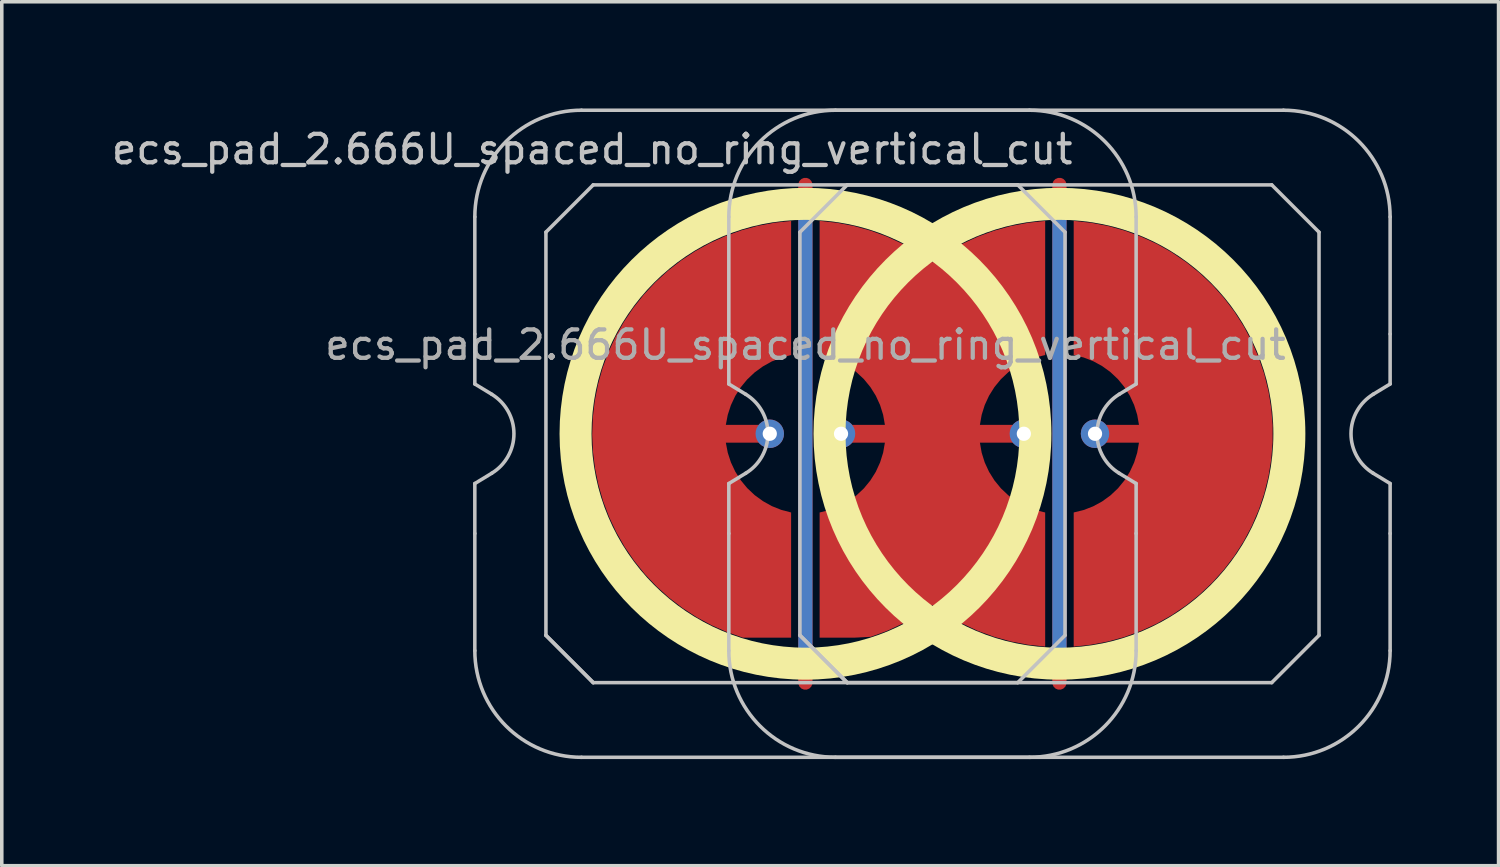
<source format=kicad_pcb>
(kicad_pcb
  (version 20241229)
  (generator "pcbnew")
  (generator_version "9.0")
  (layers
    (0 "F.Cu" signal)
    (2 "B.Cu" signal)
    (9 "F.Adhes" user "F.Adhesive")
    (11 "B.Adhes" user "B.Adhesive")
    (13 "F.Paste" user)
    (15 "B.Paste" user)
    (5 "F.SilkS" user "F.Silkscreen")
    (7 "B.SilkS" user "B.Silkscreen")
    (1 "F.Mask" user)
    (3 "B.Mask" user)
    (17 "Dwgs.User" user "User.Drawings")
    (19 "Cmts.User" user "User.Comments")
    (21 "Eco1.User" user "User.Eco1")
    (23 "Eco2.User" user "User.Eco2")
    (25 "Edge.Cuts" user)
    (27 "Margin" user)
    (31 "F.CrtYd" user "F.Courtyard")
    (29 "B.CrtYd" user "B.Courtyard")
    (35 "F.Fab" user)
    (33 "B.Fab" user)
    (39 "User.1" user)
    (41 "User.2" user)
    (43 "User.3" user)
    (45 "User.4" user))
  (footprint "ecs_pad_2.666U_spaced_no_ring_vertical_cut"
    (layer "F.Cu")
    (at 26.748 9.15)
    (property "Reference" "ecs_pad_2.666U_spaced_no_ring_vertical_cut" (at -13.143 -8 0) (layer "Dwgs.User") (effects (font (size 0.8 0.8) (thickness 0.12))))
    (attr smd)
    (fp_circle (center -7.143 0) (end -0.676 0) (stroke (width 0.9) (type solid)) (fill no) (layer "F.SilkS"))
    (fp_circle (center 0 0) (end 6.467 0) (stroke (width 0.9) (type solid)) (fill no) (layer "F.SilkS"))
    (fp_line (start -16.443 -2.805) (end -16.443 -6.1) (stroke (width 0.1) (type solid)) (layer "Dwgs.User"))
    (fp_line (start -16.443 -1.4) (end -16.443 -2.805) (stroke (width 0.1) (type solid)) (layer "Dwgs.User"))
    (fp_line (start -16.443 1.4) (end -15.967 1.111) (stroke (width 0.1) (type solid)) (layer "Dwgs.User"))
    (fp_line (start -16.443 2.805) (end -16.443 1.4) (stroke (width 0.1) (type solid)) (layer "Dwgs.User"))
    (fp_line (start -16.443 6.1) (end -16.443 2.805) (stroke (width 0.1) (type solid)) (layer "Dwgs.User"))
    (fp_line (start -15.967 -1.111) (end -16.443 -1.4) (stroke (width 0.1) (type solid)) (layer "Dwgs.User"))
    (fp_line (start -14.443 -5.67) (end -13.113 -7) (stroke (width 0.1) (type solid)) (layer "Dwgs.User"))
    (fp_line (start -14.443 5.67) (end -14.443 -5.67) (stroke (width 0.1) (type solid)) (layer "Dwgs.User"))
    (fp_line (start -14.443 5.67) (end -13.113 7) (stroke (width 0.1) (type solid)) (layer "Dwgs.User"))
    (fp_line (start -13.443 -9.1) (end -0.843 -9.1) (stroke (width 0.1) (type solid)) (layer "Dwgs.User"))
    (fp_line (start -13.113 -7) (end -1.173 -7) (stroke (width 0.1) (type solid)) (layer "Dwgs.User"))
    (fp_line (start -13.113 7) (end -14.443 5.67) (stroke (width 0.1) (type solid)) (layer "Dwgs.User"))
    (fp_line (start -9.299 -2.805) (end -9.299 -6.1) (stroke (width 0.1) (type solid)) (layer "Dwgs.User"))
    (fp_line (start -9.299 -1.4) (end -9.299 -2.805) (stroke (width 0.1) (type solid)) (layer "Dwgs.User"))
    (fp_line (start -9.299 1.4) (end -8.824 1.111) (stroke (width 0.1) (type solid)) (layer "Dwgs.User"))
    (fp_line (start -9.299 2.805) (end -9.299 1.4) (stroke (width 0.1) (type solid)) (layer "Dwgs.User"))
    (fp_line (start -9.299 6.1) (end -9.299 2.805) (stroke (width 0.1) (type solid)) (layer "Dwgs.User"))
    (fp_line (start -8.824 -1.111) (end -9.299 -1.4) (stroke (width 0.1) (type solid)) (layer "Dwgs.User"))
    (fp_line (start -7.299 -5.67) (end -5.969 -7) (stroke (width 0.1) (type solid)) (layer "Dwgs.User"))
    (fp_line (start -7.299 5.67) (end -7.299 -5.67) (stroke (width 0.1) (type solid)) (layer "Dwgs.User"))
    (fp_line (start -7.299 5.67) (end -5.969 7) (stroke (width 0.1) (type solid)) (layer "Dwgs.User"))
    (fp_line (start -6.299 -9.1) (end 6.301 -9.1) (stroke (width 0.1) (type solid)) (layer "Dwgs.User"))
    (fp_line (start -5.969 -7) (end 5.971 -7) (stroke (width 0.1) (type solid)) (layer "Dwgs.User"))
    (fp_line (start -5.969 7) (end -7.299 5.67) (stroke (width 0.1) (type solid)) (layer "Dwgs.User"))
    (fp_line (start -1.173 -7) (end 0.157 -5.67) (stroke (width 0.1) (type solid)) (layer "Dwgs.User"))
    (fp_line (start -1.173 7) (end -13.113 7) (stroke (width 0.1) (type solid)) (layer "Dwgs.User"))
    (fp_line (start -0.843 9.1) (end -13.443 9.1) (stroke (width 0.1) (type solid)) (layer "Dwgs.User"))
    (fp_line (start 0.157 -5.67) (end 0.157 5.67) (stroke (width 0.1) (type solid)) (layer "Dwgs.User"))
    (fp_line (start 0.157 5.67) (end -1.173 7) (stroke (width 0.1) (type solid)) (layer "Dwgs.User"))
    (fp_line (start 1.681 1.111) (end 2.157 1.4) (stroke (width 0.1) (type solid)) (layer "Dwgs.User"))
    (fp_line (start 2.157 -6.1) (end 2.157 -2.805) (stroke (width 0.1) (type solid)) (layer "Dwgs.User"))
    (fp_line (start 2.157 -2.805) (end 2.157 -1.4) (stroke (width 0.1) (type solid)) (layer "Dwgs.User"))
    (fp_line (start 2.157 -1.4) (end 1.681 -1.111) (stroke (width 0.1) (type solid)) (layer "Dwgs.User"))
    (fp_line (start 2.157 1.4) (end 2.157 2.805) (stroke (width 0.1) (type solid)) (layer "Dwgs.User"))
    (fp_line (start 2.157 2.805) (end 2.157 6.1) (stroke (width 0.1) (type solid)) (layer "Dwgs.User"))
    (fp_line (start 5.971 -7) (end 7.301 -5.67) (stroke (width 0.1) (type solid)) (layer "Dwgs.User"))
    (fp_line (start 5.971 7) (end -5.969 7) (stroke (width 0.1) (type solid)) (layer "Dwgs.User"))
    (fp_line (start 6.301 9.1) (end -6.299 9.1) (stroke (width 0.1) (type solid)) (layer "Dwgs.User"))
    (fp_line (start 7.301 -5.67) (end 7.301 5.67) (stroke (width 0.1) (type solid)) (layer "Dwgs.User"))
    (fp_line (start 7.301 5.67) (end 5.971 7) (stroke (width 0.1) (type solid)) (layer "Dwgs.User"))
    (fp_line (start 8.825 1.111) (end 9.301 1.4) (stroke (width 0.1) (type solid)) (layer "Dwgs.User"))
    (fp_line (start 9.301 -6.1) (end 9.301 -2.805) (stroke (width 0.1) (type solid)) (layer "Dwgs.User"))
    (fp_line (start 9.301 -2.805) (end 9.301 -1.4) (stroke (width 0.1) (type solid)) (layer "Dwgs.User"))
    (fp_line (start 9.301 -1.4) (end 8.825 -1.111) (stroke (width 0.1) (type solid)) (layer "Dwgs.User"))
    (fp_line (start 9.301 1.4) (end 9.301 2.805) (stroke (width 0.1) (type solid)) (layer "Dwgs.User"))
    (fp_line (start 9.301 2.805) (end 9.301 6.1) (stroke (width 0.1) (type solid)) (layer "Dwgs.User"))
    (fp_arc (start -16.442954 -6.1) (mid -15.564274 -8.22132) (end -13.442954 -9.1) (stroke (width 0.1) (type solid)) (layer "Dwgs.User"))
    (fp_arc (start -15.967287 -1.110619) (mid -15.342954 0) (end -15.967287 1.110619) (stroke (width 0.1) (type solid)) (layer "Dwgs.User"))
    (fp_arc (start -13.442954 9.1) (mid -15.564274 8.22132) (end -16.442954 6.1) (stroke (width 0.1) (type solid)) (layer "Dwgs.User"))
    (fp_arc (start -9.299204 -6.1) (mid -8.420524 -8.22132) (end -6.299204 -9.1) (stroke (width 0.1) (type solid)) (layer "Dwgs.User"))
    (fp_arc (start -8.823537 -1.110619) (mid -8.199204 0) (end -8.823537 1.110619) (stroke (width 0.1) (type solid)) (layer "Dwgs.User"))
    (fp_arc (start -6.299204 9.1) (mid -8.420524 8.22132) (end -9.299204 6.1) (stroke (width 0.1) (type solid)) (layer "Dwgs.User"))
    (fp_arc (start -0.842954 -9.1) (mid 1.278366 -8.22132) (end 2.157046 -6.1) (stroke (width 0.1) (type solid)) (layer "Dwgs.User"))
    (fp_arc (start 1.681379 1.110619) (mid 1.057046 0) (end 1.681379 -1.110619) (stroke (width 0.1) (type solid)) (layer "Dwgs.User"))
    (fp_arc (start 2.157046 6.1) (mid 1.278366 8.22132) (end -0.842954 9.1) (stroke (width 0.1) (type solid)) (layer "Dwgs.User"))
    (fp_arc (start 6.300796 -9.1) (mid 8.422116 -8.22132) (end 9.300796 -6.1) (stroke (width 0.1) (type solid)) (layer "Dwgs.User"))
    (fp_arc (start 8.825129 1.110619) (mid 8.200796 0) (end 8.825129 -1.110619) (stroke (width 0.1) (type solid)) (layer "Dwgs.User"))
    (fp_arc (start 9.300796 6.1) (mid 8.422116 8.22132) (end 6.300796 9.1) (stroke (width 0.1) (type solid)) (layer "Dwgs.User"))
    (fp_text user "${REFERENCE}" (at -7.143 -2.5 0) (layer "F.Fab") (effects (font (size 0.8 0.8) (thickness 0.12))))
    (pad "1" smd custom (at -8.147 0 180) (size 0.142 0.142) (layers "F.Cu") (options (anchor circle)) (primitives (gr_poly (pts (xy -0.323 -2.141) (xy -0.056 -2.034) (xy 0.194 -1.894) (xy 0.426 -1.725) (xy 0.635 -1.528) (xy 0.817 -1.307) (xy 0.971 -1.064) (xy 1.093 -0.805) (xy 1.182 -0.532) (xy 1.236 -0.25) (xy 0 -0.25) (xy -0.096 -0.231) (xy -0.177 -0.177) (xy -0.231 -0.096) (xy -0.25 0) (xy -0.231 0.096) (xy -0.177 0.177) (xy -0.096 0.231) (xy 0 0.25) (xy 1.236 0.25) (xy 1.182 0.532) (xy 1.093 0.805) (xy 0.971 1.064) (xy 0.817 1.307) (xy 0.635 1.528) (xy 0.426 1.725) (xy 0.194 1.894) (xy -0.056 2.034) (xy -0.323 2.141) (xy -0.6 2.214) (xy -0.6 5.986) (xy -0.127 5.935) (xy 0.341 5.847) (xy 0.8 5.722) (xy 1.248 5.561) (xy 1.681 5.365) (xy 2.098 5.135) (xy 2.495 4.873) (xy 2.87 4.581) (xy 3.221 4.259) (xy 3.545 3.911) (xy 3.841 3.538) (xy 4.106 3.143) (xy 4.339 2.728) (xy 4.538 2.296) (xy 4.703 1.849) (xy 4.831 1.391) (xy 4.923 0.924) (xy 4.978 0.452) (xy 4.995 -0.024) (xy 4.974 -0.499) (xy 4.916 -0.971) (xy 4.82 -1.437) (xy 4.688 -1.895) (xy 4.52 -2.34) (xy 4.317 -2.77) (xy 4.081 -3.183) (xy 3.813 -3.576) (xy 3.514 -3.947) (xy 3.187 -4.292) (xy 2.834 -4.611) (xy 2.456 -4.901) (xy 2.057 -5.16) (xy 1.639 -5.386) (xy 1.203 -5.579) (xy 0.754 -5.736) (xy -0.6 -5.736) (xy -0.6 -2.214)) (width 0) (fill yes))))
    (pad "1" thru_hole circle (at -8.147 0 180) (size 0.8 0.8) (drill 0.4) (layers "*.Cu"))
    (pad "2" thru_hole circle (at -6.143 0) (size 0.8 0.8) (drill 0.4) (layers "*.Cu"))
    (pad "2" smd custom (at -1.001 0) (size 0.282 0.282) (layers "F.Cu") (options (anchor circle)) (primitives (gr_poly (pts (xy 0.6 5.987) (xy 0.6 2.214) (xy 0.32 2.145) (xy 0.052 2.041) (xy -0.201 1.903) (xy -0.434 1.734) (xy -0.644 1.536) (xy -0.826 1.314) (xy -0.979 1.07) (xy -1.1 0.808) (xy -1.186 0.534) (xy -1.236 0.25) (xy 0 0.25) (xy 0.096 0.231) (xy 0.177 0.177) (xy 0.231 0.096) (xy 0.25 0) (xy 0.231 -0.096) (xy 0.177 -0.177) (xy 0.096 -0.231) (xy 0 -0.25) (xy -1.236 -0.25) (xy -1.186 -0.534) (xy -1.1 -0.808) (xy -0.979 -1.07) (xy -0.826 -1.314) (xy -0.644 -1.536) (xy -0.434 -1.734) (xy -0.201 -1.903) (xy 0.052 -2.041) (xy 0.32 -2.145) (xy 0.6 -2.214) (xy 0.6 -5.987) (xy 0.114 -5.934) (xy -0.367 -5.842) (xy -0.838 -5.711) (xy -1.298 -5.543) (xy -1.742 -5.337) (xy -2.167 -5.096) (xy -2.572 -4.821) (xy -2.977 -5.096) (xy -3.402 -5.337) (xy -3.846 -5.543) (xy -4.305 -5.711) (xy -4.777 -5.842) (xy -5.257 -5.934) (xy -5.744 -5.987) (xy -5.744 -2.214) (xy -5.464 -2.145) (xy -5.196 -2.041) (xy -4.943 -1.903) (xy -4.71 -1.734) (xy -4.5 -1.537) (xy -4.317 -1.314) (xy -4.164 -1.07) (xy -4.044 -0.808) (xy -3.958 -0.534) (xy -3.908 -0.25) (xy -5.144 -0.25) (xy -5.239 -0.231) (xy -5.32 -0.177) (xy -5.375 -0.096) (xy -5.394 0) (xy -5.375 0.096) (xy -5.32 0.177) (xy -5.239 0.231) (xy -5.144 0.25) (xy -3.908 0.25) (xy -3.958 0.534) (xy -4.044 0.808) (xy -4.164 1.07) (xy -4.317 1.314) (xy -4.5 1.537) (xy -4.71 1.734) (xy -4.943 1.903) (xy -5.196 2.041) (xy -5.464 2.145) (xy -5.744 2.214) (xy -5.744 5.736) (xy -5.257 5.736) (xy -4.777 5.736) (xy -4.305 5.711) (xy -3.846 5.543) (xy -3.402 5.337) (xy -2.977 5.096) (xy -2.572 4.821) (xy -2.167 5.096) (xy -1.741 5.337) (xy -1.298 5.543) (xy -0.838 5.711) (xy -0.367 5.842) (xy 0.114 5.934)) (width 0) (fill yes))))
    (pad "2" thru_hole circle (at -1.001 0 180) (size 0.8 0.8) (drill 0.4) (layers "*.Cu"))
    (pad "3" smd custom (at 1.001 0 180) (size 0.4 0.4) (layers "F.Cu") (options (anchor circle)) (primitives (gr_poly (pts (xy 0.6 -2.214) (xy 0.32 -2.145) (xy 0.052 -2.041) (xy -0.201 -1.903) (xy -0.434 -1.734) (xy -0.644 -1.536) (xy -0.826 -1.314) (xy -0.979 -1.07) (xy -1.1 -0.808) (xy -1.186 -0.534) (xy -1.236 -0.25) (xy 0 -0.25) (xy 0.096 -0.231) (xy 0.177 -0.177) (xy 0.231 -0.096) (xy 0.25 0) (xy 0.231 0.096) (xy 0.177 0.177) (xy 0.096 0.231) (xy 0 0.25) (xy -1.236 0.25) (xy -1.186 0.534) (xy -1.1 0.808) (xy -0.979 1.07) (xy -0.826 1.314) (xy -0.644 1.536) (xy -0.434 1.734) (xy -0.201 1.903) (xy 0.052 2.041) (xy 0.32 2.145) (xy 0.6 2.214) (xy 0.6 5.987) (xy 0.115 5.934) (xy -0.364 5.843) (xy -0.834 5.713) (xy -1.292 5.545) (xy -1.735 5.341) (xy -2.159 5.101) (xy -2.563 4.827) (xy -2.943 4.522) (xy -3.298 4.187) (xy -3.623 3.824) (xy -3.919 3.436) (xy -4.182 3.025) (xy -4.41 2.594) (xy -4.603 2.147) (xy -4.759 1.684) (xy -4.876 1.211) (xy -4.955 0.73) (xy -4.995 0.244) (xy -4.995 -0.244) (xy -4.955 -0.73) (xy -4.876 -1.211) (xy -4.759 -1.684) (xy -4.603 -2.147) (xy -4.41 -2.594) (xy -4.182 -3.025) (xy -3.919 -3.436) (xy -3.623 -3.824) (xy -3.298 -4.187) (xy -2.943 -4.522) (xy -2.563 -4.827) (xy -2.159 -5.101) (xy -1.735 -5.341) (xy -1.292 -5.545) (xy -0.834 -5.713) (xy -0.364 -5.843) (xy 0.115 -5.934) (xy 0.6 -5.987)) (width 0) (fill yes))))
    (pad "3" thru_hole circle (at 1.001 0 180) (size 0.8 0.8) (drill 0.4) (layers "*.Cu"))
    (pad "4" smd custom (at -7.146 0 180) (size 0.4 0.4) (layers "F.Cu") (options (anchor rect)) (primitives (gr_line (start 0 -7) (end 0 7) (width 0.4))))
    (pad "4" smd custom (at -7.146 0) (size 0.4 0.4) (layers "B.Cu") (options (anchor rect)) (primitives (gr_line (start 0 -6.5) (end 0 6.5) (width 0.4))))
    (pad "4" smd custom (at 0 0 180) (size 0.4 0.4) (layers "F.Cu") (options (anchor rect)) (primitives (gr_line (start 0 -7) (end 0 7) (width 0.4))))
    (pad "4" smd custom (at 0 0) (size 0.4 0.4) (layers "B.Cu") (options (anchor rect)) (primitives (gr_line (start 0 -6.5) (end 0 6.5) (width 0.4))))
    (zone (net_name "") (layer "F.Cu") (hatch edge 0.508) (connect_pads) (min_thickness 0.254) (filled_areas_thickness no) (keepout (tracks allowed) (vias allowed) (pads allowed) (copperpour not_allowed) (footprints allowed)) (placement (enabled no)) (fill) (polygon (pts (xy 26.61 9.15) (xy 26.591 8.637) (xy 26.535 8.127) (xy 26.441 7.622) (xy 26.311 7.125) (xy 26.144 6.64) (xy 25.943 6.167) (xy 25.708 5.711) (xy 25.439 5.274) (xy 25.14 4.857) (xy 24.81 4.463) (xy 24.453 4.094) (xy 24.07 3.753) (xy 23.663 3.44) (xy 23.233 3.158) (xy 22.785 2.909) (xy 22.319 2.692) (xy 21.839 2.511) (xy 21.347 2.365) (xy 20.845 2.256) (xy 20.337 2.183) (xy 19.825 2.149) (xy 19.311 2.151) (xy 18.8 2.192) (xy 18.292 2.269) (xy 17.792 2.384) (xy 17.301 2.535) (xy 16.823 2.721) (xy 16.359 2.942) (xy 15.913 3.197) (xy 15.487 3.483) (xy 15.083 3.8) (xy 14.704 4.145) (xy 14.35 4.518) (xy 14.025 4.915) (xy 13.73 5.335) (xy 13.466 5.775) (xy 13.236 6.234) (xy 13.039 6.708) (xy 12.878 7.196) (xy 12.753 7.694) (xy 12.665 8.199) (xy 12.614 8.71) (xy 12.6 9.223) (xy 12.624 9.736) (xy 12.686 10.246) (xy 12.785 10.75) (xy 12.92 11.245) (xy 13.092 11.729) (xy 13.298 12.199) (xy 13.538 12.652) (xy 13.811 13.087) (xy 14.115 13.501) (xy 14.448 13.891) (xy 14.81 14.256) (xy 15.196 14.594) (xy 15.607 14.902) (xy 16.039 15.179) (xy 16.49 15.424) (xy 16.958 15.636) (xy 17.44 15.812) (xy 17.934 15.953) (xy 18.437 16.057) (xy 18.946 16.124) (xy 19.458 16.153) (xy 19.971 16.145) (xy 20.483 16.1) (xy 20.989 16.017) (xy 21.489 15.897) (xy 21.978 15.741) (xy 22.454 15.549) (xy 22.915 15.323) (xy 23.358 15.064) (xy 23.781 14.774) (xy 24.182 14.453) (xy 24.558 14.103) (xy 24.907 13.727) (xy 25.228 13.326) (xy 25.519 12.903) (xy 25.778 12.46) (xy 26.004 11.999) (xy 26.196 11.523) (xy 26.352 11.034) (xy 26.471 10.535) (xy 26.554 10.028) (xy 26.6 9.517))))
    (zone (net_name "") (layer "F.Cu") (hatch edge 0.508) (connect_pads) (min_thickness 0.254) (filled_areas_thickness no) (keepout (tracks allowed) (vias allowed) (pads allowed) (copperpour not_allowed) (footprints allowed)) (placement (enabled no)) (fill) (polygon (pts (xy 33.753 9.15) (xy 33.734 8.637) (xy 33.677 8.127) (xy 33.584 7.622) (xy 33.454 7.125) (xy 33.287 6.64) (xy 33.086 6.167) (xy 32.85 5.711) (xy 32.582 5.274) (xy 32.283 4.857) (xy 31.953 4.463) (xy 31.596 4.094) (xy 31.213 3.753) (xy 30.806 3.44) (xy 30.376 3.158) (xy 29.928 2.909) (xy 29.462 2.692) (xy 28.982 2.511) (xy 28.49 2.365) (xy 27.988 2.256) (xy 27.48 2.183) (xy 26.968 2.149) (xy 26.454 2.151) (xy 25.943 2.192) (xy 25.435 2.269) (xy 24.935 2.384) (xy 24.444 2.535) (xy 23.966 2.721) (xy 23.502 2.942) (xy 23.056 3.197) (xy 22.63 3.483) (xy 22.226 3.8) (xy 21.847 4.145) (xy 21.493 4.518) (xy 21.168 4.915) (xy 20.873 5.335) (xy 20.609 5.775) (xy 20.379 6.234) (xy 20.182 6.708) (xy 20.021 7.196) (xy 19.896 7.694) (xy 19.808 8.199) (xy 19.757 8.71) (xy 19.743 9.223) (xy 19.767 9.736) (xy 19.829 10.246) (xy 19.928 10.75) (xy 20.063 11.245) (xy 20.235 11.729) (xy 20.441 12.199) (xy 20.681 12.652) (xy 20.954 13.087) (xy 21.258 13.501) (xy 21.591 13.891) (xy 21.953 14.256) (xy 22.339 14.594) (xy 22.75 14.902) (xy 23.182 15.179) (xy 23.633 15.424) (xy 24.101 15.636) (xy 24.583 15.812) (xy 25.077 15.953) (xy 25.58 16.057) (xy 26.088 16.124) (xy 26.601 16.153) (xy 27.114 16.145) (xy 27.626 16.1) (xy 28.132 16.017) (xy 28.631 15.897) (xy 29.121 15.741) (xy 29.597 15.549) (xy 30.058 15.323) (xy 30.501 15.064) (xy 30.924 14.774) (xy 31.325 14.453) (xy 31.701 14.103) (xy 32.05 13.727) (xy 32.371 13.326) (xy 32.662 12.903) (xy 32.921 12.46) (xy 33.147 11.999) (xy 33.338 11.523) (xy 33.495 11.034) (xy 33.614 10.535) (xy 33.697 10.028) (xy 33.743 9.517))))
    (zone (net_name "") (layer "B.Cu") (hatch edge 0.508) (connect_pads) (min_thickness 0.254) (filled_areas_thickness no) (keepout (tracks allowed) (vias allowed) (pads allowed) (copperpour not_allowed) (footprints allowed)) (placement (enabled no)) (fill) (polygon (pts (xy 26.163 9.15) (xy 26.143 8.635) (xy 26.082 8.124) (xy 25.982 7.619) (xy 25.842 7.123) (xy 25.664 6.64) (xy 25.448 6.173) (xy 25.197 5.723) (xy 24.911 5.295) (xy 24.592 4.891) (xy 24.242 4.513) (xy 23.864 4.163) (xy 23.46 3.844) (xy 23.031 3.558) (xy 22.582 3.307) (xy 22.114 3.091) (xy 21.631 2.913) (xy 21.136 2.773) (xy 20.631 2.672) (xy 20.119 2.612) (xy 19.605 2.592) (xy 19.09 2.612) (xy 18.579 2.672) (xy 18.074 2.773) (xy 17.578 2.913) (xy 17.095 3.091) (xy 16.627 3.307) (xy 16.178 3.558) (xy 15.75 3.844) (xy 15.346 4.163) (xy 14.967 4.513) (xy 14.618 4.891) (xy 14.299 5.295) (xy 14.013 5.723) (xy 13.761 6.173) (xy 13.546 6.64) (xy 13.367 7.123) (xy 13.228 7.619) (xy 13.127 8.124) (xy 13.067 8.635) (xy 13.047 9.15) (xy 13.067 9.665) (xy 13.127 10.176) (xy 13.228 10.681) (xy 13.367 11.177) (xy 13.546 11.66) (xy 13.761 12.127) (xy 14.013 12.577) (xy 14.299 13.005) (xy 14.618 13.409) (xy 14.967 13.787) (xy 15.346 14.137) (xy 15.75 14.456) (xy 16.178 14.742) (xy 16.627 14.993) (xy 17.095 15.209) (xy 17.578 15.387) (xy 18.074 15.527) (xy 18.579 15.628) (xy 19.09 15.688) (xy 19.605 15.708) (xy 20.119 15.688) (xy 20.631 15.628) (xy 21.136 15.527) (xy 21.631 15.387) (xy 22.114 15.209) (xy 22.582 14.993) (xy 23.031 14.742) (xy 23.46 14.456) (xy 23.864 14.137) (xy 24.242 13.787) (xy 24.592 13.409) (xy 24.911 13.005) (xy 25.197 12.577) (xy 25.448 12.127) (xy 25.664 11.66) (xy 25.842 11.177) (xy 25.982 10.681) (xy 26.082 10.176) (xy 26.143 9.665))))
    (zone (net_name "") (layer "B.Cu") (hatch edge 0.508) (connect_pads) (min_thickness 0.254) (filled_areas_thickness no) (keepout (tracks allowed) (vias allowed) (pads allowed) (copperpour not_allowed) (footprints allowed)) (placement (enabled no)) (fill) (polygon (pts (xy 33.306 9.15) (xy 33.286 8.635) (xy 33.225 8.124) (xy 33.125 7.619) (xy 32.985 7.123) (xy 32.807 6.64) (xy 32.591 6.173) (xy 32.34 5.723) (xy 32.053 5.295) (xy 31.735 4.891) (xy 31.385 4.513) (xy 31.007 4.163) (xy 30.603 3.844) (xy 30.174 3.558) (xy 29.725 3.307) (xy 29.257 3.091) (xy 28.774 2.913) (xy 28.279 2.773) (xy 27.774 2.672) (xy 27.262 2.612) (xy 26.748 2.592) (xy 26.233 2.612) (xy 25.722 2.672) (xy 25.217 2.773) (xy 24.721 2.913) (xy 24.238 3.091) (xy 23.77 3.307) (xy 23.321 3.558) (xy 22.893 3.844) (xy 22.488 4.163) (xy 22.11 4.513) (xy 21.761 4.891) (xy 21.442 5.295) (xy 21.156 5.723) (xy 20.904 6.173) (xy 20.689 6.64) (xy 20.51 7.123) (xy 20.371 7.619) (xy 20.27 8.124) (xy 20.21 8.635) (xy 20.189 9.15) (xy 20.21 9.665) (xy 20.27 10.176) (xy 20.371 10.681) (xy 20.51 11.177) (xy 20.689 11.66) (xy 20.904 12.127) (xy 21.156 12.577) (xy 21.442 13.005) (xy 21.761 13.409) (xy 22.11 13.787) (xy 22.488 14.137) (xy 22.893 14.456) (xy 23.321 14.742) (xy 23.77 14.993) (xy 24.238 15.209) (xy 24.721 15.387) (xy 25.217 15.527) (xy 25.722 15.628) (xy 26.233 15.688) (xy 26.748 15.708) (xy 27.262 15.688) (xy 27.774 15.628) (xy 28.279 15.527) (xy 28.774 15.387) (xy 29.257 15.209) (xy 29.725 14.993) (xy 30.174 14.742) (xy 30.603 14.456) (xy 31.007 14.137) (xy 31.385 13.787) (xy 31.735 13.409) (xy 32.053 13.005) (xy 32.34 12.577) (xy 32.591 12.127) (xy 32.807 11.66) (xy 32.985 11.177) (xy 33.125 10.681) (xy 33.225 10.176) (xy 33.286 9.665)))))
  (gr_rect
    (start -3 -3)
    (end 39.099 21.3)
    (stroke (width 0.1) (type default))
    (fill no)
    (layer "Edge.Cuts")))
</source>
